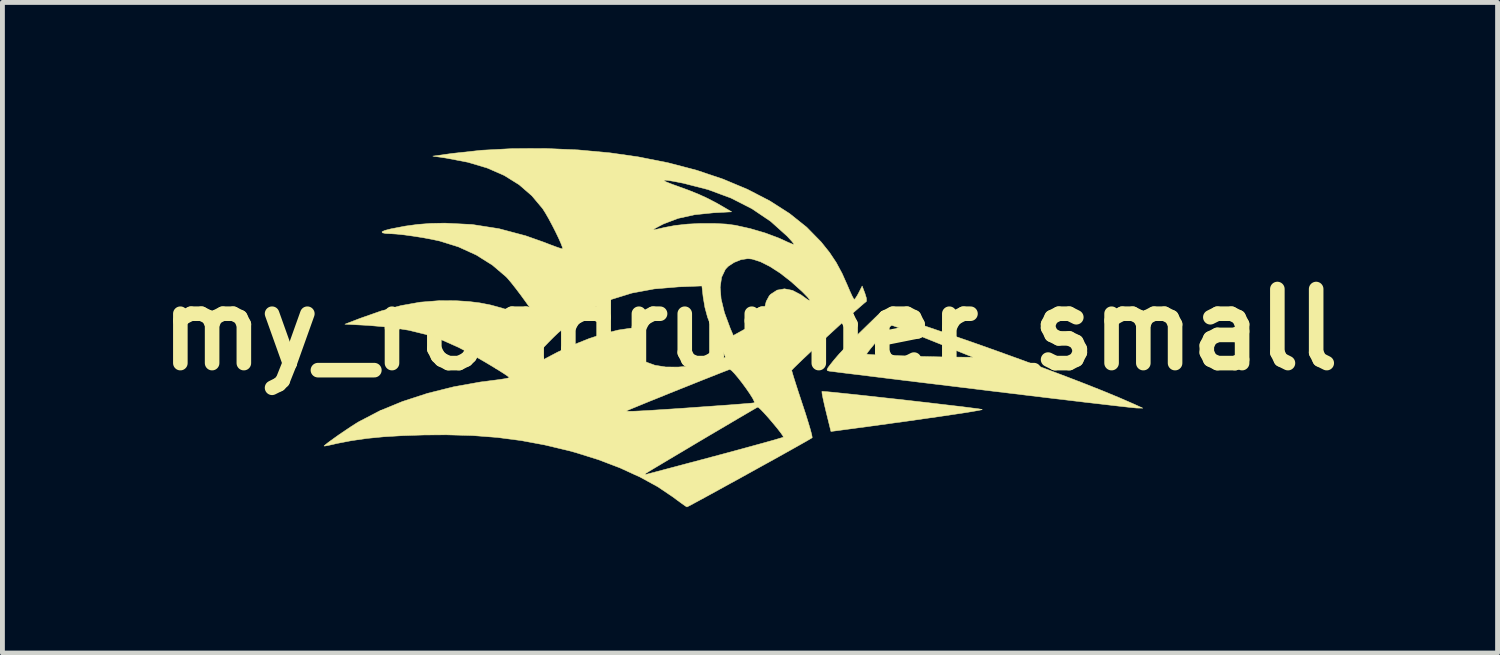
<source format=kicad_pcb>
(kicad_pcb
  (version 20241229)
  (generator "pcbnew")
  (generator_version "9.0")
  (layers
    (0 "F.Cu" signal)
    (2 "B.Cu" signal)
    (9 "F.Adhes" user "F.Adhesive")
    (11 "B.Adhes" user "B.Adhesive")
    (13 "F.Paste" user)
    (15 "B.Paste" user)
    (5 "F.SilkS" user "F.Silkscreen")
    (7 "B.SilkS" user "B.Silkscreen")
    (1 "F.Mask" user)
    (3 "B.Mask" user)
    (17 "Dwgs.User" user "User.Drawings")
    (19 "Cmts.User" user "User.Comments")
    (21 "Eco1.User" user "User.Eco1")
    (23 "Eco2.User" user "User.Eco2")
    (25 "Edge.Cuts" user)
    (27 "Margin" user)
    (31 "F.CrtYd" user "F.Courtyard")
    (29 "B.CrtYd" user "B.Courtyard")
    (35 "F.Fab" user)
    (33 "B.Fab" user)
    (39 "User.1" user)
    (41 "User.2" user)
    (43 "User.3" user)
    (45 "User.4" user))
  (footprint "my_roadrunner_small"
    (layer "F.Cu")
    (at 12.381 3.731)
    (property "Reference" "my_roadrunner_small" (at 0 0 0) (layer "F.SilkS") (effects (font (size 1.524 1.524) (thickness 0.3))))
    (attr through_hole)
    (fp_poly (pts (xy 1.513 1.273) (xy 1.602 1.28) (xy 1.74 1.293) (xy 1.919 1.312) (xy 2.133 1.334) (xy 2.374 1.36) (xy 2.635 1.389) (xy 2.908 1.419) (xy 3.188 1.45) (xy 3.466 1.482) (xy 3.735 1.513) (xy 3.989 1.543) (xy 4.219 1.57) (xy 4.42 1.594) (xy 4.583 1.615) (xy 4.701 1.63) (xy 4.768 1.641) (xy 4.778 1.643) (xy 4.761 1.651) (xy 4.684 1.666) (xy 4.553 1.689) (xy 4.371 1.718) (xy 4.142 1.752) (xy 3.872 1.792) (xy 3.563 1.836) (xy 3.221 1.885) (xy 2.848 1.936) (xy 2.45 1.991) (xy 2.031 2.047) (xy 1.809 2.077) (xy 1.665 2.096) (xy 1.565 1.691) (xy 1.529 1.54) (xy 1.501 1.412) (xy 1.483 1.32) (xy 1.479 1.274) (xy 1.48 1.272) (xy 1.513 1.273)) (stroke (width 0.01) (type solid)) (fill yes) (layer "F.SilkS"))
    (fp_poly (pts (xy 3.536 -0.095) (xy 4.05 0.08) (xy 4.565 0.258) (xy 5.072 0.438) (xy 5.565 0.616) (xy 6.038 0.791) (xy 6.484 0.959) (xy 6.897 1.118) (xy 7.27 1.266) (xy 7.596 1.401) (xy 7.869 1.52) (xy 7.906 1.536) (xy 8.08 1.616) (xy 7.953 1.614) (xy 7.904 1.609) (xy 7.797 1.598) (xy 7.635 1.58) (xy 7.424 1.556) (xy 7.168 1.526) (xy 6.871 1.492) (xy 6.539 1.452) (xy 6.175 1.409) (xy 5.784 1.362) (xy 5.371 1.312) (xy 4.94 1.26) (xy 4.763 1.238) (xy 4.327 1.185) (xy 3.909 1.134) (xy 3.512 1.086) (xy 3.14 1.041) (xy 2.799 0.999) (xy 2.493 0.961) (xy 2.226 0.928) (xy 2.002 0.901) (xy 1.826 0.879) (xy 1.702 0.863) (xy 1.636 0.855) (xy 1.625 0.853) (xy 1.593 0.845) (xy 1.585 0.825) (xy 1.603 0.786) (xy 1.655 0.716) (xy 1.733 0.619) (xy 1.819 0.519) (xy 1.832 0.505) (xy 2.399 0.505) (xy 2.435 0.51) (xy 2.524 0.517) (xy 2.66 0.524) (xy 2.832 0.531) (xy 3.031 0.538) (xy 3.25 0.545) (xy 3.478 0.552) (xy 3.708 0.557) (xy 3.929 0.562) (xy 4.133 0.564) (xy 4.159 0.565) (xy 4.588 0.569) (xy 3.763 0.237) (xy 3.548 0.151) (xy 3.352 0.074) (xy 3.182 0.008) (xy 3.048 -0.042) (xy 2.955 -0.075) (xy 2.913 -0.087) (xy 2.912 -0.087) (xy 2.879 -0.06) (xy 2.819 0.002) (xy 2.739 0.089) (xy 2.651 0.189) (xy 2.563 0.291) (xy 2.485 0.385) (xy 2.428 0.458) (xy 2.4 0.5) (xy 2.399 0.505) (xy 1.832 0.505) (xy 1.939 0.389) (xy 2.079 0.242) (xy 2.227 0.092) (xy 2.31 0.012) (xy 2.706 -0.374) (xy 3.536 -0.095)) (stroke (width 0.01) (type solid)) (fill yes) (layer "F.SilkS"))
    (fp_poly (pts (xy -3.538 -3.697) (xy -2.878 -3.636) (xy -2.302 -3.554) (xy -1.682 -3.431) (xy -1.098 -3.278) (xy -0.553 -3.095) (xy -0.05 -2.884) (xy 0.406 -2.648) (xy 0.813 -2.388) (xy 1.166 -2.106) (xy 1.463 -1.803) (xy 1.466 -1.799) (xy 1.636 -1.586) (xy 1.774 -1.379) (xy 1.894 -1.156) (xy 2.002 -0.914) (xy 2.055 -0.79) (xy 2.1 -0.692) (xy 2.133 -0.632) (xy 2.144 -0.619) (xy 2.17 -0.645) (xy 2.211 -0.71) (xy 2.236 -0.757) (xy 2.307 -0.896) (xy 2.364 -0.746) (xy 2.394 -0.648) (xy 2.397 -0.587) (xy 2.39 -0.576) (xy 2.344 -0.539) (xy 2.262 -0.468) (xy 2.149 -0.369) (xy 2.013 -0.247) (xy 1.861 -0.109) (xy 1.699 0.04) (xy 1.534 0.191) (xy 1.373 0.34) (xy 1.223 0.481) (xy 1.09 0.606) (xy 0.981 0.711) (xy 0.902 0.788) (xy 0.862 0.831) (xy 0.857 0.838) (xy 0.867 0.877) (xy 0.894 0.968) (xy 0.936 1.101) (xy 0.989 1.266) (xy 1.051 1.454) (xy 1.079 1.539) (xy 1.143 1.733) (xy 1.197 1.907) (xy 1.24 2.051) (xy 1.268 2.157) (xy 1.279 2.216) (xy 1.278 2.225) (xy 1.244 2.246) (xy 1.162 2.294) (xy 1.038 2.364) (xy 0.88 2.453) (xy 0.694 2.557) (xy 0.486 2.673) (xy 0.263 2.796) (xy 0.032 2.924) (xy -0.199 3.052) (xy -0.426 3.176) (xy -0.64 3.294) (xy -0.835 3.401) (xy -1.004 3.493) (xy -1.141 3.567) (xy -1.239 3.62) (xy -1.292 3.646) (xy -1.298 3.649) (xy -1.33 3.63) (xy -1.401 3.58) (xy -1.5 3.508) (xy -1.587 3.443) (xy -1.899 3.233) (xy -2.264 3.033) (xy -2.377 2.982) (xy -2.161 2.982) (xy -2.157 2.984) (xy -2.125 2.976) (xy -2.037 2.953) (xy -1.9 2.917) (xy -1.72 2.869) (xy -1.504 2.812) (xy -1.257 2.746) (xy -0.985 2.674) (xy -0.738 2.608) (xy -0.45 2.531) (xy -0.181 2.458) (xy 0.063 2.391) (xy 0.275 2.333) (xy 0.45 2.284) (xy 0.581 2.246) (xy 0.662 2.222) (xy 0.687 2.213) (xy 0.675 2.184) (xy 0.629 2.119) (xy 0.559 2.029) (xy 0.474 1.927) (xy 0.384 1.821) (xy 0.298 1.725) (xy 0.225 1.648) (xy 0.175 1.602) (xy 0.159 1.595) (xy 0.123 1.614) (xy 0.04 1.662) (xy -0.083 1.734) (xy -0.239 1.825) (xy -0.421 1.933) (xy -0.622 2.051) (xy -0.836 2.177) (xy -1.054 2.306) (xy -1.27 2.435) (xy -1.477 2.558) (xy -1.668 2.671) (xy -1.836 2.772) (xy -1.974 2.854) (xy -2.075 2.915) (xy -2.132 2.95) (xy -2.142 2.957) (xy -2.161 2.982) (xy -2.377 2.982) (xy -2.673 2.846) (xy -3.117 2.677) (xy -3.586 2.53) (xy -3.729 2.491) (xy -4.224 2.373) (xy -4.708 2.283) (xy -5.197 2.219) (xy -5.704 2.18) (xy -6.246 2.165) (xy -6.707 2.168) (xy -7.147 2.182) (xy -7.535 2.205) (xy -7.882 2.239) (xy -8.2 2.285) (xy -8.501 2.343) (xy -8.58 2.362) (xy -8.677 2.383) (xy -8.743 2.395) (xy -8.763 2.395) (xy -8.738 2.37) (xy -8.672 2.318) (xy -8.574 2.247) (xy -8.458 2.164) (xy -8.332 2.079) (xy -8.21 1.997) (xy -8.102 1.928) (xy -8.049 1.896) (xy -7.625 1.675) (xy -7.613 1.67) (xy -2.537 1.67) (xy -2.536 1.677) (xy -2.51 1.681) (xy -2.457 1.681) (xy -2.371 1.679) (xy -2.247 1.673) (xy -2.08 1.664) (xy -1.866 1.65) (xy -1.6 1.633) (xy -1.278 1.611) (xy -1.143 1.601) (xy -0.873 1.582) (xy -0.623 1.564) (xy -0.399 1.548) (xy -0.209 1.533) (xy -0.06 1.521) (xy 0.041 1.512) (xy 0.087 1.506) (xy 0.088 1.506) (xy 0.087 1.478) (xy 0.054 1.412) (xy -0.004 1.32) (xy -0.079 1.211) (xy -0.162 1.098) (xy -0.245 0.992) (xy -0.321 0.902) (xy -0.38 0.841) (xy -0.416 0.819) (xy -0.417 0.819) (xy -0.456 0.833) (xy -0.545 0.867) (xy -0.675 0.918) (xy -0.839 0.983) (xy -1.029 1.058) (xy -1.235 1.141) (xy -1.451 1.227) (xy -1.668 1.314) (xy -1.877 1.399) (xy -2.072 1.477) (xy -2.242 1.547) (xy -2.381 1.604) (xy -2.481 1.645) (xy -2.532 1.668) (xy -2.537 1.67) (xy -7.613 1.67) (xy -7.152 1.48) (xy -6.64 1.313) (xy -6.101 1.178) (xy -5.545 1.078) (xy -5.294 1.046) (xy -5.156 1.028) (xy -5.045 1.011) (xy -4.973 0.996) (xy -4.953 0.988) (xy -4.979 0.963) (xy -5.051 0.913) (xy -5.159 0.844) (xy -5.241 0.794) (xy -4.588 0.794) (xy -4.586 0.794) (xy -4.551 0.779) (xy -4.474 0.739) (xy -4.367 0.682) (xy -4.285 0.636) (xy -3.957 0.463) (xy -3.627 0.311) (xy -3.303 0.182) (xy -2.995 0.081) (xy -2.713 0.01) (xy -2.466 -0.027) (xy -2.36 -0.032) (xy -2.249 -0.032) (xy -2.315 0.075) (xy -2.365 0.196) (xy -2.381 0.311) (xy -2.352 0.455) (xy -2.269 0.575) (xy -2.135 0.669) (xy -1.956 0.734) (xy -1.736 0.769) (xy -1.48 0.771) (xy -1.338 0.759) (xy -1.189 0.739) (xy -1.03 0.712) (xy -0.873 0.68) (xy -0.73 0.646) (xy -0.613 0.614) (xy -0.535 0.586) (xy -0.508 0.566) (xy -0.522 0.529) (xy -0.558 0.447) (xy -0.613 0.332) (xy -0.68 0.196) (xy -0.684 0.188) (xy -0.795 -0.048) (xy -0.874 -0.255) (xy -0.928 -0.455) (xy -0.964 -0.668) (xy -0.969 -0.711) (xy -0.987 -0.872) (xy -0.614 -0.872) (xy -0.595 -0.63) (xy -0.527 -0.35) (xy -0.41 -0.034) (xy -0.407 -0.026) (xy -0.344 0.122) (xy -0.116 -0.004) (xy 0.006 -0.072) (xy 0.121 -0.133) (xy 0.206 -0.178) (xy 0.215 -0.183) (xy 0.284 -0.225) (xy 0.307 -0.27) (xy 0.301 -0.321) (xy 0.299 -0.445) (xy 0.333 -0.579) (xy 0.395 -0.694) (xy 0.423 -0.725) (xy 0.557 -0.812) (xy 0.709 -0.839) (xy 0.873 -0.807) (xy 1.047 -0.716) (xy 1.094 -0.682) (xy 1.183 -0.618) (xy 1.227 -0.596) (xy 1.227 -0.615) (xy 1.182 -0.67) (xy 1.093 -0.762) (xy 1.072 -0.783) (xy 0.845 -0.987) (xy 0.622 -1.161) (xy 0.408 -1.299) (xy 0.213 -1.397) (xy 0.043 -1.451) (xy -0.045 -1.46) (xy -0.185 -1.439) (xy -0.329 -1.381) (xy -0.451 -1.3) (xy -0.507 -1.24) (xy -0.585 -1.076) (xy -0.614 -0.872) (xy -0.987 -0.872) (xy -0.99 -0.898) (xy -1.471 -0.879) (xy -1.972 -0.837) (xy -2.429 -0.752) (xy -2.849 -0.622) (xy -3.237 -0.444) (xy -3.6 -0.217) (xy -3.943 0.062) (xy -4.039 0.153) (xy -4.154 0.269) (xy -4.269 0.39) (xy -4.376 0.509) (xy -4.469 0.618) (xy -4.54 0.707) (xy -4.582 0.768) (xy -4.588 0.794) (xy -5.241 0.794) (xy -5.293 0.762) (xy -5.444 0.672) (xy -5.601 0.581) (xy -5.755 0.494) (xy -5.897 0.418) (xy -5.996 0.366) (xy -6.33 0.217) (xy -6.667 0.1) (xy -7.022 0.013) (xy -7.409 -0.048) (xy -7.841 -0.085) (xy -7.906 -0.089) (xy -8.334 -0.111) (xy -8.025 -0.23) (xy -7.587 -0.384) (xy -7.179 -0.494) (xy -6.786 -0.564) (xy -6.395 -0.595) (xy -6.032 -0.593) (xy -5.782 -0.577) (xy -5.557 -0.549) (xy -5.337 -0.506) (xy -5.106 -0.443) (xy -4.843 -0.357) (xy -4.739 -0.321) (xy -4.601 -0.272) (xy -4.488 -0.235) (xy -4.411 -0.213) (xy -4.382 -0.208) (xy -4.381 -0.208) (xy -4.4 -0.251) (xy -4.45 -0.333) (xy -4.524 -0.443) (xy -4.614 -0.57) (xy -4.712 -0.705) (xy -4.811 -0.836) (xy -4.903 -0.953) (xy -4.98 -1.045) (xy -5.017 -1.085) (xy -5.301 -1.327) (xy -5.631 -1.534) (xy -5.999 -1.702) (xy -6.383 -1.822) (xy -6.54 -1.856) (xy -6.726 -1.891) (xy -6.923 -1.922) (xy -7.11 -1.948) (xy -7.27 -1.965) (xy -7.366 -1.971) (xy -7.497 -1.977) (xy -7.566 -1.992) (xy -7.571 -2.013) (xy -7.514 -2.04) (xy -7.393 -2.071) (xy -7.379 -2.074) (xy -7.093 -2.129) (xy -6.836 -2.164) (xy -6.576 -2.184) (xy -6.285 -2.19) (xy -6.275 -2.19) (xy -5.716 -2.162) (xy -5.166 -2.076) (xy -4.616 -1.93) (xy -4.24 -1.797) (xy -4.098 -1.742) (xy -3.979 -1.698) (xy -3.894 -1.669) (xy -3.856 -1.659) (xy -3.855 -1.659) (xy -3.86 -1.694) (xy -3.89 -1.773) (xy -3.939 -1.883) (xy -4.001 -2.012) (xy -4.021 -2.052) (xy -2 -2.052) (xy -1.972 -2.054) (xy -1.897 -2.069) (xy -1.789 -2.094) (xy -1.754 -2.102) (xy -1.543 -2.142) (xy -1.29 -2.17) (xy -1.016 -2.184) (xy -0.743 -2.184) (xy -0.491 -2.171) (xy -0.302 -2.146) (xy 0.007 -2.077) (xy 0.311 -1.988) (xy 0.587 -1.885) (xy 0.683 -1.842) (xy 0.784 -1.795) (xy 0.864 -1.762) (xy 0.904 -1.749) (xy 0.898 -1.768) (xy 0.856 -1.822) (xy 0.785 -1.899) (xy 0.761 -1.925) (xy 0.424 -2.227) (xy 0.039 -2.487) (xy -0.391 -2.706) (xy -0.864 -2.881) (xy -1.378 -3.013) (xy -1.386 -3.014) (xy -1.574 -3.051) (xy -1.7 -3.071) (xy -1.765 -3.075) (xy -1.77 -3.063) (xy -1.715 -3.034) (xy -1.6 -2.989) (xy -1.508 -2.956) (xy -1.258 -2.865) (xy -1.052 -2.782) (xy -0.868 -2.697) (xy -0.69 -2.604) (xy -0.594 -2.549) (xy -0.378 -2.423) (xy -0.753 -2.403) (xy -1.141 -2.363) (xy -1.481 -2.288) (xy -1.773 -2.177) (xy -1.806 -2.161) (xy -1.903 -2.11) (xy -1.973 -2.071) (xy -2 -2.052) (xy -2 -2.052) (xy -4.021 -2.052) (xy -4.071 -2.149) (xy -4.141 -2.28) (xy -4.207 -2.395) (xy -4.262 -2.482) (xy -4.265 -2.487) (xy -4.489 -2.754) (xy -4.751 -2.981) (xy -5.056 -3.171) (xy -5.406 -3.324) (xy -5.805 -3.443) (xy -6.255 -3.529) (xy -6.525 -3.569) (xy -6.128 -3.624) (xy -5.521 -3.69) (xy -4.876 -3.724) (xy -4.209 -3.726) (xy -3.538 -3.697)) (stroke (width 0.01) (type solid)) (fill yes) (layer "F.SilkS")))
  (gr_rect
    (start -3 -3)
    (end 27.761 10.385)
    (stroke (width 0.1) (type default))
    (fill no)
    (layer "Edge.Cuts")))
</source>
